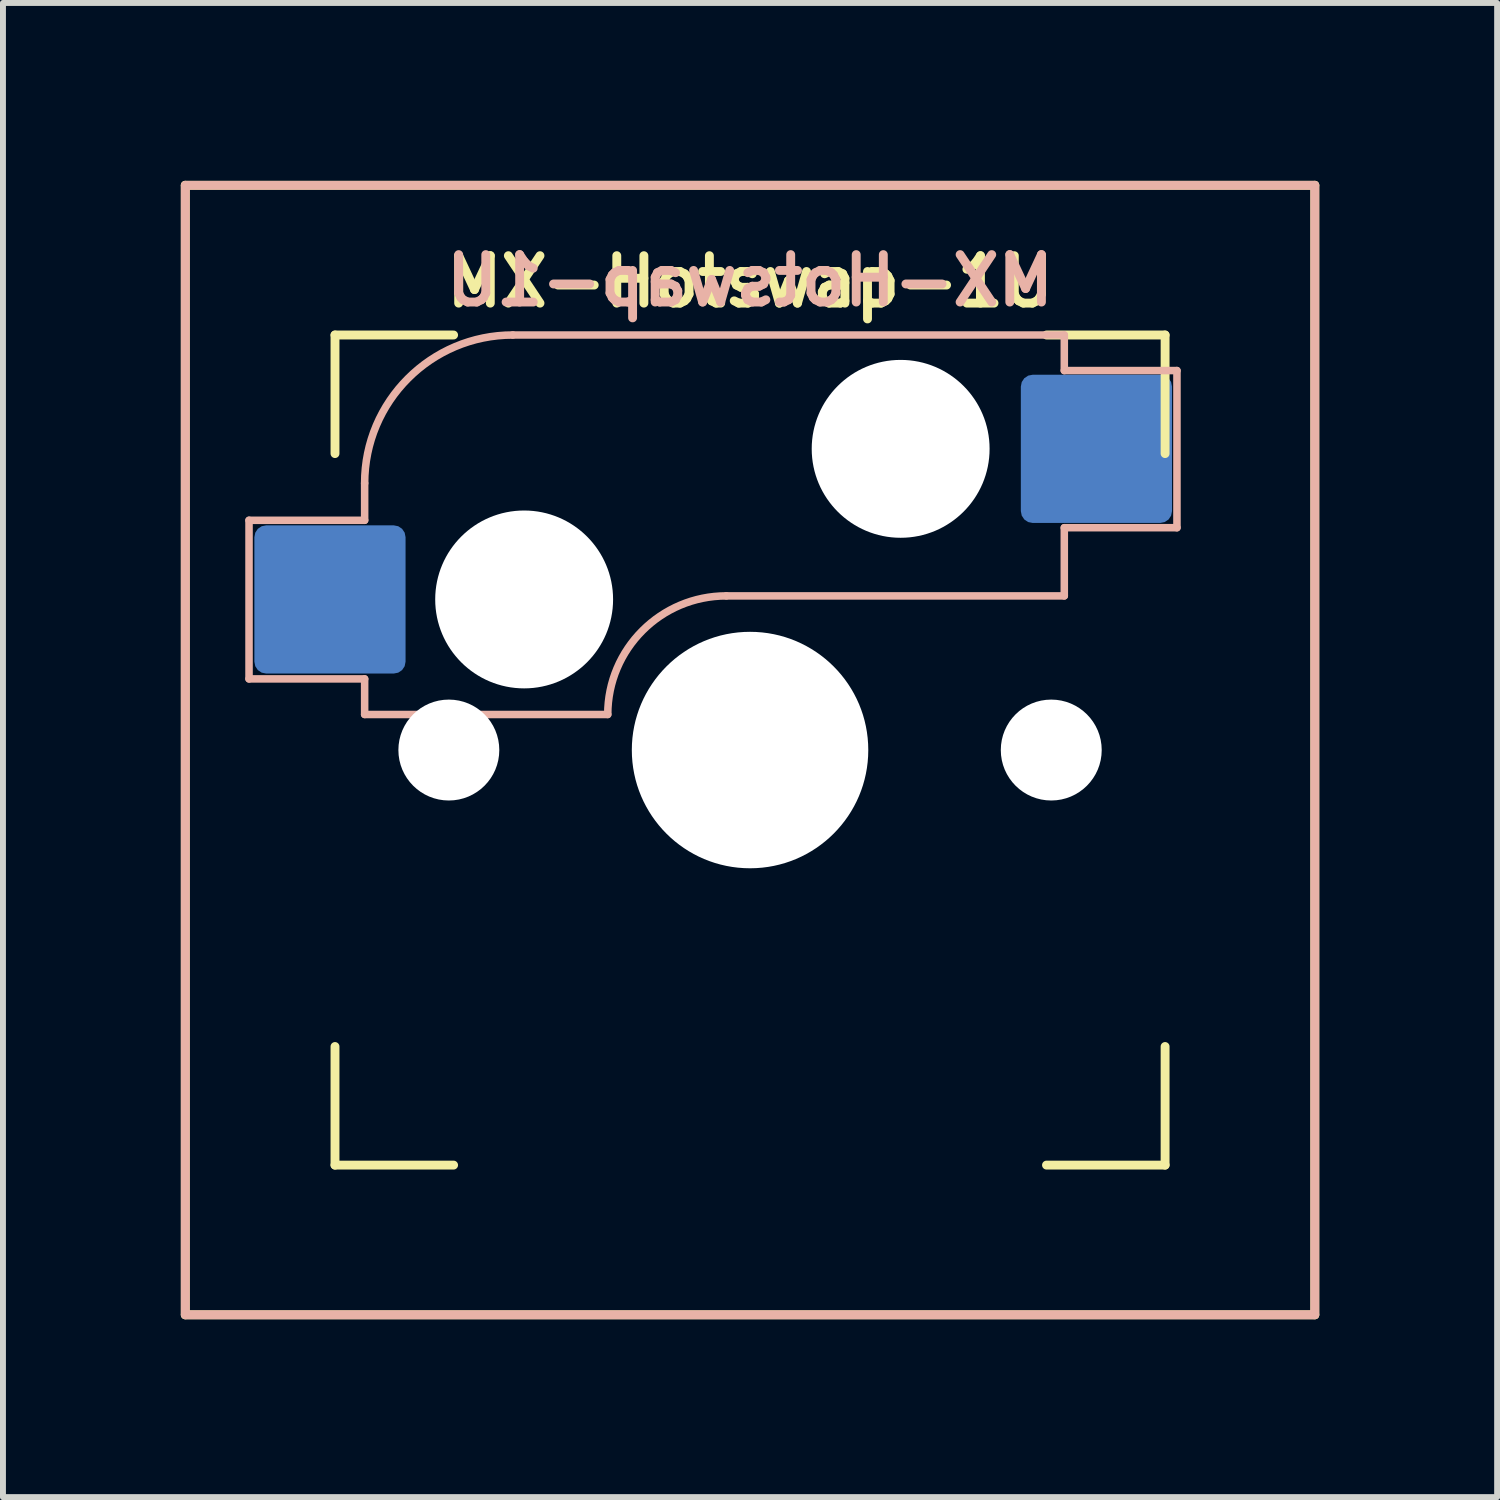
<source format=kicad_pcb>
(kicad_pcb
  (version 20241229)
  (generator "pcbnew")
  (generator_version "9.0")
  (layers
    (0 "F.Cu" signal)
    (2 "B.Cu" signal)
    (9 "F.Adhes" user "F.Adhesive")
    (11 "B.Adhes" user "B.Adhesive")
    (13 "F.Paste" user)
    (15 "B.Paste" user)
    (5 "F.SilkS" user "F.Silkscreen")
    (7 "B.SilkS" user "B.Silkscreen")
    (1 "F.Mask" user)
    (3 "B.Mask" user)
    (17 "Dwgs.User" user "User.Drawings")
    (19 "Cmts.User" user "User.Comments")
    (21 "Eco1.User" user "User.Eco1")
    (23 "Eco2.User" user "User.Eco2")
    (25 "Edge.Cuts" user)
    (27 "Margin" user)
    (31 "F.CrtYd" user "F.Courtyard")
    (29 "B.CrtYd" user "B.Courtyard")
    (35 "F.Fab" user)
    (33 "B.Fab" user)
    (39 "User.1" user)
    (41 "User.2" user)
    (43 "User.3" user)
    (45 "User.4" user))
  (footprint "MX-Hotswap-1U"
    (layer "F.Cu")
    (at 9.6 9.6)
    (property "Reference" "MX-Hotswap-1U" (at 0 -7.9 0) (layer "F.SilkS") (effects (font (size 0.8 0.8) (thickness 0.15))))
    (attr smd)
    (fp_line (start -9.525 9.525) (end -9.525 -9.525) (stroke (width 0.15) (type solid)) (layer "F.SilkS"))
    (fp_line (start -7 -7) (end -7 -5) (stroke (width 0.15) (type solid)) (layer "F.SilkS"))
    (fp_line (start -7 5) (end -7 7) (stroke (width 0.15) (type solid)) (layer "F.SilkS"))
    (fp_line (start -7 7) (end -5 7) (stroke (width 0.15) (type solid)) (layer "F.SilkS"))
    (fp_line (start -5 -7) (end -7 -7) (stroke (width 0.15) (type solid)) (layer "F.SilkS"))
    (fp_line (start 5 -7) (end 7 -7) (stroke (width 0.15) (type solid)) (layer "F.SilkS"))
    (fp_line (start 5 7) (end 7 7) (stroke (width 0.15) (type solid)) (layer "F.SilkS"))
    (fp_line (start 7 -7) (end 7 -5) (stroke (width 0.15) (type solid)) (layer "F.SilkS"))
    (fp_line (start 7 7) (end 7 5) (stroke (width 0.15) (type solid)) (layer "F.SilkS"))
    (fp_line (start 9.525 -9.525) (end -9.525 -9.525) (stroke (width 0.15) (type solid)) (layer "F.SilkS"))
    (fp_line (start 9.525 9.525) (end -9.525 9.525) (stroke (width 0.15) (type solid)) (layer "F.SilkS"))
    (fp_line (start 9.525 9.525) (end 9.525 -9.525) (stroke (width 0.15) (type solid)) (layer "F.SilkS"))
    (fp_line (start -8.45 -3.875) (end -8.45 -1.2) (stroke (width 0.127) (type solid)) (layer "B.SilkS"))
    (fp_line (start -8.45 -1.2) (end -6.5 -1.2) (stroke (width 0.127) (type solid)) (layer "B.SilkS"))
    (fp_line (start -6.5 -4.5) (end -6.5 -3.875) (stroke (width 0.127) (type solid)) (layer "B.SilkS"))
    (fp_line (start -6.5 -3.875) (end -8.45 -3.875) (stroke (width 0.127) (type solid)) (layer "B.SilkS"))
    (fp_line (start -6.5 -0.6) (end -6.5 -1.2) (stroke (width 0.127) (type solid)) (layer "B.SilkS"))
    (fp_line (start -6.5 -0.6) (end -2.4 -0.6) (stroke (width 0.127) (type solid)) (layer "B.SilkS"))
    (fp_line (start -0.4 -2.6) (end 5.3 -2.6) (stroke (width 0.127) (type solid)) (layer "B.SilkS"))
    (fp_line (start 5.3 -7) (end -4 -7) (stroke (width 0.127) (type solid)) (layer "B.SilkS"))
    (fp_line (start 5.3 -7) (end 5.3 -6.4) (stroke (width 0.127) (type solid)) (layer "B.SilkS"))
    (fp_line (start 5.3 -6.4) (end 7.2 -6.4) (stroke (width 0.127) (type solid)) (layer "B.SilkS"))
    (fp_line (start 5.3 -2.6) (end 5.3 -3.75) (stroke (width 0.127) (type solid)) (layer "B.SilkS"))
    (fp_line (start 7.2 -6.4) (end 7.2 -3.75) (stroke (width 0.127) (type solid)) (layer "B.SilkS"))
    (fp_line (start 7.2 -3.75) (end 5.3 -3.75) (stroke (width 0.127) (type solid)) (layer "B.SilkS"))
    (fp_rect (start -9.525 -9.525) (end 9.525 9.525) (stroke (width 0.15) (type default)) (fill no) (layer "B.SilkS"))
    (fp_arc (start -6.5 -4.5) (mid -5.767767 -6.267766) (end -4 -7) (stroke (width 0.127) (type solid)) (layer "B.SilkS"))
    (fp_arc (start -2.4 -0.6) (mid -1.814214 -2.014214) (end -0.4 -2.6) (stroke (width 0.127) (type solid)) (layer "B.SilkS"))
    (fp_text user "${REFERENCE}" (at 0 -7.45 0) (layer "B.SilkS") (effects (font (size 0.8 0.8) (thickness 0.15)) (justify bottom mirror)))
    (pad "" np_thru_hole circle (at -5.08 0 48.099) (size 1.702 1.702) (drill 1.702) (layers "*.Cu" "*.Mask"))
    (pad "" np_thru_hole circle (at -3.81 -2.54) (size 3 3) (drill 3) (layers "*.Cu" "*.Mask"))
    (pad "" np_thru_hole circle (at 0 0) (size 3.988 3.988) (drill 3.988) (layers "*.Cu" "*.Mask"))
    (pad "" np_thru_hole circle (at 2.54 -5.08) (size 3 3) (drill 3) (layers "*.Cu" "*.Mask"))
    (pad "" np_thru_hole circle (at 5.08 0 48.099) (size 1.702 1.702) (drill 1.702) (layers "*.Cu" "*.Mask"))
    (pad "1" smd roundrect (at -7.085 -2.54) (size 2.55 2.5) (layers "B.Cu" "B.Mask" "B.Paste") (roundrect_rratio 0.08))
    (pad "2" smd roundrect (at 5.842 -5.08) (size 2.55 2.5) (layers "B.Cu" "B.Mask" "B.Paste") (roundrect_rratio 0.08)))
  (gr_rect
    (start -3 -3)
    (end 22.2 22.2)
    (stroke (width 0.1) (type default))
    (fill no)
    (layer "Edge.Cuts")))
</source>
